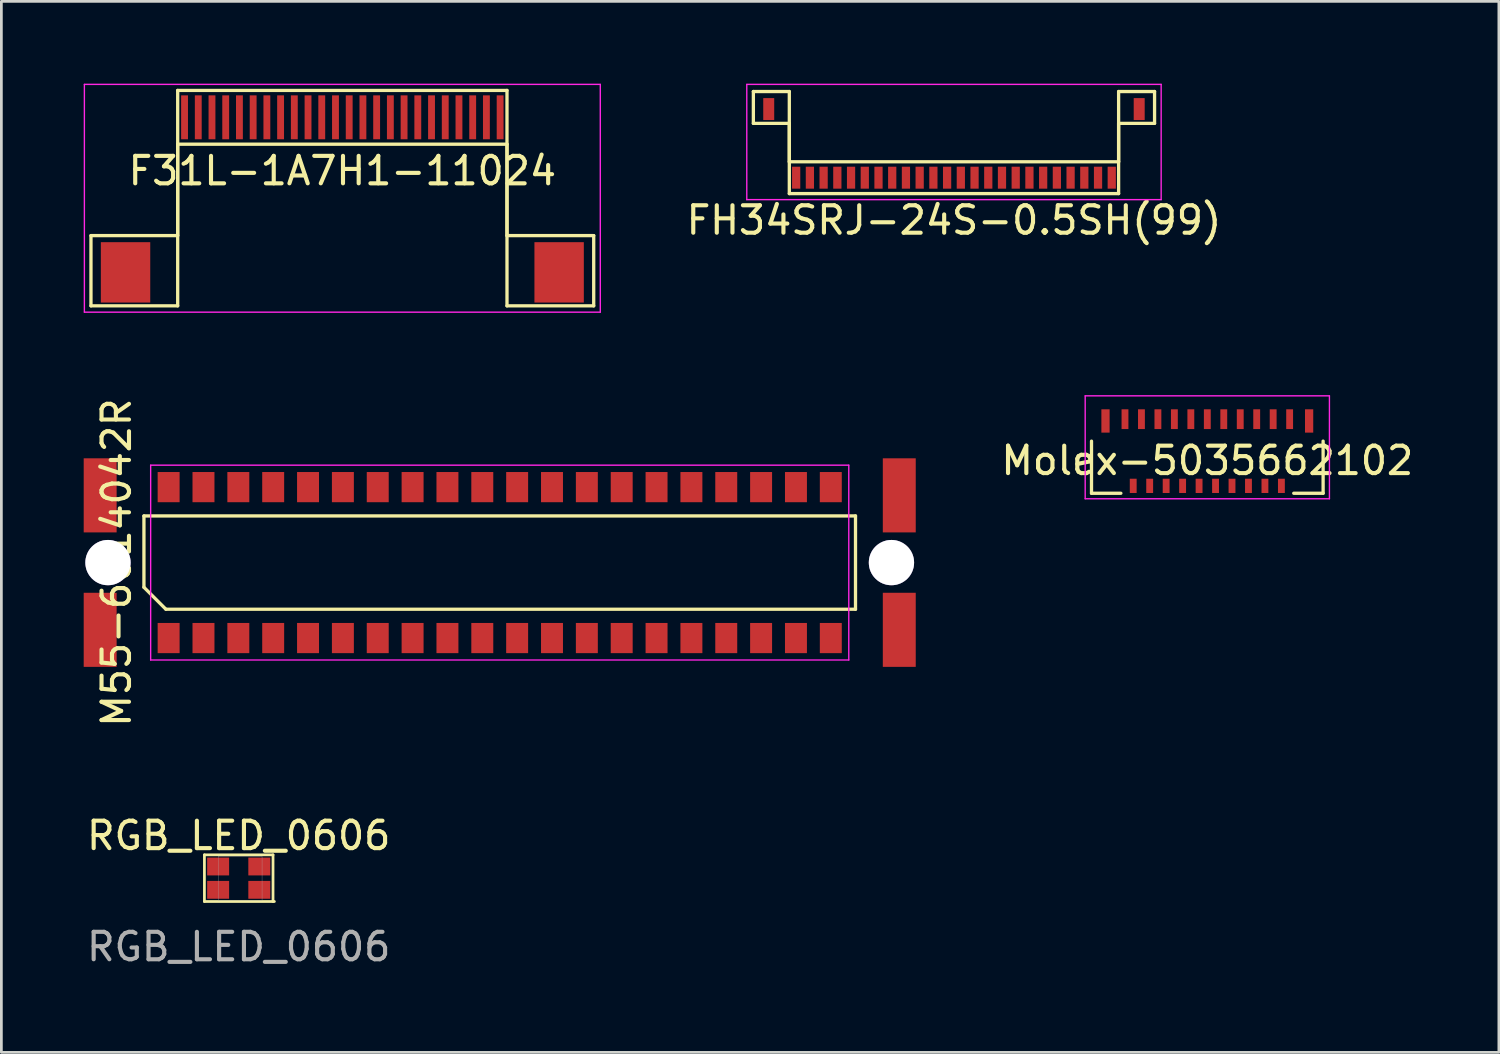
<source format=kicad_pcb>
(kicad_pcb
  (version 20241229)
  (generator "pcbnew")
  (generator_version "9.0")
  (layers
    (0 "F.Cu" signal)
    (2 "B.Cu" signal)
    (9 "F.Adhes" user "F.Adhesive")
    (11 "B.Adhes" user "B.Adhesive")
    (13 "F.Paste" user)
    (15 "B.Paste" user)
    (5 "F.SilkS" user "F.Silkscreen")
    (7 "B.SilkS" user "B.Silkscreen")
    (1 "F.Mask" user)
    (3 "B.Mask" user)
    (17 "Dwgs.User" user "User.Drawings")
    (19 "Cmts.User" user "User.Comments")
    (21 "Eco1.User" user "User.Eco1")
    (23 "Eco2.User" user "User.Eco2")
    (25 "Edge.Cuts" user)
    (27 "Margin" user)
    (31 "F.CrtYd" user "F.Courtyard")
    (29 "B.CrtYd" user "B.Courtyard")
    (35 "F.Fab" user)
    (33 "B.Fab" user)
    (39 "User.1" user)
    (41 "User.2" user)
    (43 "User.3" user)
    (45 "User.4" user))
  (footprint "FH34SRJ-24S-0.5SH(99)"
    (layer "F.Cu")
    (at 31.713 3.425)
    (property "Reference" "FH34SRJ-24S-0.5SH(99)" (at 0 1.55 0) (layer "F.SilkS") (effects (font (size 1 1) (thickness 0.15))))
    (attr smd)
    (fp_line (start -7.31 -3.14) (end -6 -3.14) (stroke (width 0.12) (type solid)) (layer "F.SilkS"))
    (fp_line (start -7.31 -1.98) (end -7.31 -3.14) (stroke (width 0.12) (type solid)) (layer "F.SilkS"))
    (fp_line (start -6 -3.14) (end -6 -0.58) (stroke (width 0.12) (type solid)) (layer "F.SilkS"))
    (fp_line (start -6 -1.98) (end -7.31 -1.98) (stroke (width 0.12) (type solid)) (layer "F.SilkS"))
    (fp_line (start -6 -0.58) (end 6 -0.58) (stroke (width 0.12) (type solid)) (layer "F.SilkS"))
    (fp_line (start -6 0.58) (end -6 -1.98) (stroke (width 0.12) (type solid)) (layer "F.SilkS"))
    (fp_line (start -6 0.58) (end 6 0.58) (stroke (width 0.12) (type solid)) (layer "F.SilkS"))
    (fp_line (start 6 -3.14) (end 6 -0.58) (stroke (width 0.12) (type solid)) (layer "F.SilkS"))
    (fp_line (start 6 -1.98) (end 7.31 -1.98) (stroke (width 0.12) (type solid)) (layer "F.SilkS"))
    (fp_line (start 6 0.58) (end 6 -1.98) (stroke (width 0.12) (type solid)) (layer "F.SilkS"))
    (fp_line (start 7.31 -3.14) (end 6 -3.14) (stroke (width 0.12) (type solid)) (layer "F.SilkS"))
    (fp_line (start 7.31 -1.98) (end 7.31 -3.14) (stroke (width 0.12) (type solid)) (layer "F.SilkS"))
    (fp_line (start -7.55 -3.4) (end -7.55 0.8) (stroke (width 0.05) (type solid)) (layer "F.CrtYd"))
    (fp_line (start -7.55 -3.4) (end 7.55 -3.4) (stroke (width 0.05) (type solid)) (layer "F.CrtYd"))
    (fp_line (start -7.55 0.8) (end 7.55 0.8) (stroke (width 0.05) (type solid)) (layer "F.CrtYd"))
    (fp_line (start 7.55 -3.4) (end 7.55 0.8) (stroke (width 0.05) (type solid)) (layer "F.CrtYd"))
    (pad "0" smd rect (at -6.75 -2.5) (size 0.4 0.8) (layers "F.Cu" "F.Mask" "F.Paste"))
    (pad "0" smd rect (at 6.75 -2.5) (size 0.4 0.8) (layers "F.Cu" "F.Mask" "F.Paste"))
    (pad "1" smd rect (at -5.75 0) (size 0.3 0.8) (layers "F.Cu" "F.Mask" "F.Paste"))
    (pad "2" smd rect (at -5.25 0) (size 0.3 0.8) (layers "F.Cu" "F.Mask" "F.Paste"))
    (pad "3" smd rect (at -4.75 0) (size 0.3 0.8) (layers "F.Cu" "F.Mask" "F.Paste"))
    (pad "4" smd rect (at -4.25 0) (size 0.3 0.8) (layers "F.Cu" "F.Mask" "F.Paste"))
    (pad "5" smd rect (at -3.75 0) (size 0.3 0.8) (layers "F.Cu" "F.Mask" "F.Paste"))
    (pad "6" smd rect (at -3.25 0) (size 0.3 0.8) (layers "F.Cu" "F.Mask" "F.Paste"))
    (pad "7" smd rect (at -2.75 0) (size 0.3 0.8) (layers "F.Cu" "F.Mask" "F.Paste"))
    (pad "8" smd rect (at -2.25 0) (size 0.3 0.8) (layers "F.Cu" "F.Mask" "F.Paste"))
    (pad "9" smd rect (at -1.75 0) (size 0.3 0.8) (layers "F.Cu" "F.Mask" "F.Paste"))
    (pad "10" smd rect (at -1.25 0) (size 0.3 0.8) (layers "F.Cu" "F.Mask" "F.Paste"))
    (pad "11" smd rect (at -0.75 0) (size 0.3 0.8) (layers "F.Cu" "F.Mask" "F.Paste"))
    (pad "12" smd rect (at -0.25 0) (size 0.3 0.8) (layers "F.Cu" "F.Mask" "F.Paste"))
    (pad "13" smd rect (at 0.25 0) (size 0.3 0.8) (layers "F.Cu" "F.Mask" "F.Paste"))
    (pad "14" smd rect (at 0.75 0) (size 0.3 0.8) (layers "F.Cu" "F.Mask" "F.Paste"))
    (pad "15" smd rect (at 1.25 0) (size 0.3 0.8) (layers "F.Cu" "F.Mask" "F.Paste"))
    (pad "16" smd rect (at 1.75 0) (size 0.3 0.8) (layers "F.Cu" "F.Mask" "F.Paste"))
    (pad "17" smd rect (at 2.25 0) (size 0.3 0.8) (layers "F.Cu" "F.Mask" "F.Paste"))
    (pad "18" smd rect (at 2.75 0) (size 0.3 0.8) (layers "F.Cu" "F.Mask" "F.Paste"))
    (pad "19" smd rect (at 3.25 0) (size 0.3 0.8) (layers "F.Cu" "F.Mask" "F.Paste"))
    (pad "20" smd rect (at 3.75 0) (size 0.3 0.8) (layers "F.Cu" "F.Mask" "F.Paste"))
    (pad "21" smd rect (at 4.25 0) (size 0.3 0.8) (layers "F.Cu" "F.Mask" "F.Paste"))
    (pad "22" smd rect (at 4.75 0) (size 0.3 0.8) (layers "F.Cu" "F.Mask" "F.Paste"))
    (pad "23" smd rect (at 5.25 0) (size 0.3 0.8) (layers "F.Cu" "F.Mask" "F.Paste"))
    (pad "24" smd rect (at 5.75 0) (size 0.3 0.8) (layers "F.Cu" "F.Mask" "F.Paste")))
  (footprint "M55-6014042R"
    (layer "F.Cu")
    (at 15.16 17.451)
    (property "Reference" "M55-6014042R" (at -13.965 0 90) (layer "F.SilkS") (effects (font (size 1 1) (thickness 0.15))))
    (attr smd)
    (fp_line (start -12.965 -1.7) (end 12.965 -1.7) (stroke (width 0.12) (type solid)) (layer "F.SilkS"))
    (fp_line (start -12.965 0.9) (end -12.965 -1.7) (stroke (width 0.12) (type solid)) (layer "F.SilkS"))
    (fp_line (start -12.165 1.7) (end -12.965 0.9) (stroke (width 0.12) (type solid)) (layer "F.SilkS"))
    (fp_line (start 12.965 -1.7) (end 12.965 1.7) (stroke (width 0.12) (type solid)) (layer "F.SilkS"))
    (fp_line (start 12.965 1.7) (end -12.165 1.7) (stroke (width 0.12) (type solid)) (layer "F.SilkS"))
    (fp_line (start -12.72 -3.55) (end 12.72 -3.55) (stroke (width 0.05) (type solid)) (layer "F.CrtYd"))
    (fp_line (start -12.72 3.55) (end -12.72 -3.55) (stroke (width 0.05) (type solid)) (layer "F.CrtYd"))
    (fp_line (start 12.72 -3.55) (end 12.72 3.55) (stroke (width 0.05) (type solid)) (layer "F.CrtYd"))
    (fp_line (start 12.72 3.55) (end -12.72 3.55) (stroke (width 0.05) (type solid)) (layer "F.CrtYd"))
    (pad "0" smd rect (at -14.56 -2.45) (size 1.2 2.7) (layers "F.Cu" "F.Mask" "F.Paste"))
    (pad "0" smd rect (at -14.56 2.45) (size 1.2 2.7) (layers "F.Cu" "F.Mask" "F.Paste"))
    (pad "0" thru_hole circle (at -14.275 0) (size 1.65 1.65) (drill 1.65) (layers "*.Cu" "*.Mask"))
    (pad "0" thru_hole circle (at 14.275 0) (size 1.65 1.65) (drill 1.65) (layers "*.Cu" "*.Mask"))
    (pad "0" smd rect (at 14.56 -2.45) (size 1.2 2.7) (layers "F.Cu" "F.Mask" "F.Paste"))
    (pad "0" smd rect (at 14.56 2.45) (size 1.2 2.7) (layers "F.Cu" "F.Mask" "F.Paste"))
    (pad "a1" smd rect (at -12.065 2.75) (size 0.8 1.1) (layers "F.Cu" "F.Mask" "F.Paste"))
    (pad "a2" smd rect (at -10.795 2.75) (size 0.8 1.1) (layers "F.Cu" "F.Mask" "F.Paste"))
    (pad "a3" smd rect (at -9.525 2.75) (size 0.8 1.1) (layers "F.Cu" "F.Mask" "F.Paste"))
    (pad "a4" smd rect (at -8.255 2.75) (size 0.8 1.1) (layers "F.Cu" "F.Mask" "F.Paste"))
    (pad "a5" smd rect (at -6.985 2.75) (size 0.8 1.1) (layers "F.Cu" "F.Mask" "F.Paste"))
    (pad "a6" smd rect (at -5.715 2.75) (size 0.8 1.1) (layers "F.Cu" "F.Mask" "F.Paste"))
    (pad "a7" smd rect (at -4.445 2.75) (size 0.8 1.1) (layers "F.Cu" "F.Mask" "F.Paste"))
    (pad "a8" smd rect (at -3.175 2.75) (size 0.8 1.1) (layers "F.Cu" "F.Mask" "F.Paste"))
    (pad "a9" smd rect (at -1.905 2.75) (size 0.8 1.1) (layers "F.Cu" "F.Mask" "F.Paste"))
    (pad "a10" smd rect (at -0.635 2.75) (size 0.8 1.1) (layers "F.Cu" "F.Mask" "F.Paste"))
    (pad "a11" smd rect (at 0.635 2.75) (size 0.8 1.1) (layers "F.Cu" "F.Mask" "F.Paste"))
    (pad "a12" smd rect (at 1.905 2.75) (size 0.8 1.1) (layers "F.Cu" "F.Mask" "F.Paste"))
    (pad "a13" smd rect (at 3.175 2.75) (size 0.8 1.1) (layers "F.Cu" "F.Mask" "F.Paste"))
    (pad "a14" smd rect (at 4.445 2.75) (size 0.8 1.1) (layers "F.Cu" "F.Mask" "F.Paste"))
    (pad "a15" smd rect (at 5.715 2.75) (size 0.8 1.1) (layers "F.Cu" "F.Mask" "F.Paste"))
    (pad "a16" smd rect (at 6.985 2.75) (size 0.8 1.1) (layers "F.Cu" "F.Mask" "F.Paste"))
    (pad "a17" smd rect (at 8.255 2.75) (size 0.8 1.1) (layers "F.Cu" "F.Mask" "F.Paste"))
    (pad "a18" smd rect (at 9.525 2.75) (size 0.8 1.1) (layers "F.Cu" "F.Mask" "F.Paste"))
    (pad "a19" smd rect (at 10.795 2.75) (size 0.8 1.1) (layers "F.Cu" "F.Mask" "F.Paste"))
    (pad "a20" smd rect (at 12.065 2.75) (size 0.8 1.1) (layers "F.Cu" "F.Mask" "F.Paste"))
    (pad "b1" smd rect (at -12.065 -2.75) (size 0.8 1.1) (layers "F.Cu" "F.Mask" "F.Paste"))
    (pad "b2" smd rect (at -10.795 -2.75) (size 0.8 1.1) (layers "F.Cu" "F.Mask" "F.Paste"))
    (pad "b3" smd rect (at -9.525 -2.75) (size 0.8 1.1) (layers "F.Cu" "F.Mask" "F.Paste"))
    (pad "b4" smd rect (at -8.255 -2.75) (size 0.8 1.1) (layers "F.Cu" "F.Mask" "F.Paste"))
    (pad "b5" smd rect (at -6.985 -2.75) (size 0.8 1.1) (layers "F.Cu" "F.Mask" "F.Paste"))
    (pad "b6" smd rect (at -5.715 -2.75) (size 0.8 1.1) (layers "F.Cu" "F.Mask" "F.Paste"))
    (pad "b7" smd rect (at -4.445 -2.75) (size 0.8 1.1) (layers "F.Cu" "F.Mask" "F.Paste"))
    (pad "b8" smd rect (at -3.175 -2.75) (size 0.8 1.1) (layers "F.Cu" "F.Mask" "F.Paste"))
    (pad "b9" smd rect (at -1.905 -2.75) (size 0.8 1.1) (layers "F.Cu" "F.Mask" "F.Paste"))
    (pad "b10" smd rect (at -0.635 -2.75) (size 0.8 1.1) (layers "F.Cu" "F.Mask" "F.Paste"))
    (pad "b11" smd rect (at 0.635 -2.75) (size 0.8 1.1) (layers "F.Cu" "F.Mask" "F.Paste"))
    (pad "b12" smd rect (at 1.905 -2.75) (size 0.8 1.1) (layers "F.Cu" "F.Mask" "F.Paste"))
    (pad "b13" smd rect (at 3.175 -2.75) (size 0.8 1.1) (layers "F.Cu" "F.Mask" "F.Paste"))
    (pad "b14" smd rect (at 4.445 -2.75) (size 0.8 1.1) (layers "F.Cu" "F.Mask" "F.Paste"))
    (pad "b15" smd rect (at 5.715 -2.75) (size 0.8 1.1) (layers "F.Cu" "F.Mask" "F.Paste"))
    (pad "b16" smd rect (at 6.985 -2.75) (size 0.8 1.1) (layers "F.Cu" "F.Mask" "F.Paste"))
    (pad "b17" smd rect (at 8.255 -2.75) (size 0.8 1.1) (layers "F.Cu" "F.Mask" "F.Paste"))
    (pad "b18" smd rect (at 9.525 -2.75) (size 0.8 1.1) (layers "F.Cu" "F.Mask" "F.Paste"))
    (pad "b19" smd rect (at 10.795 -2.75) (size 0.8 1.1) (layers "F.Cu" "F.Mask" "F.Paste"))
    (pad "b20" smd rect (at 12.065 -2.75) (size 0.8 1.1) (layers "F.Cu" "F.Mask" "F.Paste")))
  (footprint "RGB_LED_0606"
    (layer "F.Cu")
    (at 5.649 28.951)
    (property "Reference" "RGB_LED_0606" (at 0 -1.55 0) (unlocked yes) (layer "F.SilkS") (effects (font (size 1 1) (thickness 0.15))))
    (attr smd)
    (fp_line (start -1.25 -0.85) (end 1.25 -0.85) (stroke (width 0.1) (type solid)) (layer "F.SilkS"))
    (fp_line (start -1.25 0.85) (end -1.25 -0.85) (stroke (width 0.1) (type solid)) (layer "F.SilkS"))
    (fp_line (start 1.25 -0.85) (end 1.25 0.85) (stroke (width 0.1) (type solid)) (layer "F.SilkS"))
    (fp_line (start 1.3 0.85) (end -1.25 0.85) (stroke (width 0.1) (type solid)) (layer "F.SilkS"))
    (fp_line (start -0.75 -0.8) (end -0.75 0.8) (stroke (width 0.01) (type solid)) (layer "F.Fab"))
    (fp_line (start -0.75 -0.8) (end 0.85 -0.8) (stroke (width 0.01) (type solid)) (layer "F.Fab"))
    (fp_line (start 0.85 -0.8) (end 0.85 0.8) (stroke (width 0.01) (type solid)) (layer "F.Fab"))
    (fp_line (start 0.85 0.8) (end -0.75 0.8) (stroke (width 0.01) (type solid)) (layer "F.Fab"))
    (fp_text user "${REFERENCE}" (at 0 2.5 0) (unlocked yes) (layer "F.Fab") (effects (font (size 1 1) (thickness 0.15))))
    (pad "1" smd rect (at -0.75 -0.425) (size 0.8 0.65) (layers "F.Cu" "F.Mask" "F.Paste"))
    (pad "2" smd rect (at 0.75 -0.425) (size 0.8 0.65) (layers "F.Cu" "F.Mask" "F.Paste"))
    (pad "3" smd rect (at -0.75 0.425) (size 0.8 0.65) (layers "F.Cu" "F.Mask" "F.Paste"))
    (pad "4" smd rect (at 0.75 0.425) (size 0.8 0.65) (layers "F.Cu" "F.Mask" "F.Paste")))
  (footprint "Molex-5035662102"
    (layer "F.Cu")
    (at 40.945 12.225)
    (property "Reference" "Molex-5035662102" (at 0 1.51 0) (layer "F.SilkS") (effects (font (size 1 1) (thickness 0.15))))
    (attr smd)
    (fp_line (start -4.22 2.7) (end -4.22 0.8) (stroke (width 0.12) (type solid)) (layer "F.SilkS"))
    (fp_line (start -3.15 2.7) (end -4.22 2.7) (stroke (width 0.12) (type solid)) (layer "F.SilkS"))
    (fp_line (start 3.15 2.7) (end 4.22 2.7) (stroke (width 0.12) (type solid)) (layer "F.SilkS"))
    (fp_line (start 4.22 2.7) (end 4.22 0.8) (stroke (width 0.12) (type solid)) (layer "F.SilkS"))
    (fp_line (start -4.45 -0.85) (end -4.45 2.9) (stroke (width 0.05) (type solid)) (layer "F.CrtYd"))
    (fp_line (start -4.45 -0.85) (end 4.45 -0.85) (stroke (width 0.05) (type solid)) (layer "F.CrtYd"))
    (fp_line (start -4.45 2.9) (end 4.45 2.9) (stroke (width 0.05) (type solid)) (layer "F.CrtYd"))
    (fp_line (start 4.45 -0.85) (end 4.45 2.9) (stroke (width 0.05) (type solid)) (layer "F.CrtYd"))
    (pad "0" smd rect (at -3.71 0.065) (size 0.3 0.85) (layers "F.Cu" "F.Mask" "F.Paste"))
    (pad "0" smd rect (at 3.71 0.065) (size 0.3 0.85) (layers "F.Cu" "F.Mask" "F.Paste"))
    (pad "1" smd rect (at -3 0) (size 0.25 0.72) (layers "F.Cu" "F.Mask" "F.Paste"))
    (pad "2" smd rect (at -2.7 2.43) (size 0.25 0.52) (layers "F.Cu" "F.Mask" "F.Paste"))
    (pad "3" smd rect (at -2.4 0) (size 0.25 0.72) (layers "F.Cu" "F.Mask" "F.Paste"))
    (pad "4" smd rect (at -2.1 2.43) (size 0.25 0.52) (layers "F.Cu" "F.Mask" "F.Paste"))
    (pad "5" smd rect (at -1.8 0) (size 0.25 0.72) (layers "F.Cu" "F.Mask" "F.Paste"))
    (pad "6" smd rect (at -1.5 2.43) (size 0.25 0.52) (layers "F.Cu" "F.Mask" "F.Paste"))
    (pad "7" smd rect (at -1.2 0) (size 0.25 0.72) (layers "F.Cu" "F.Mask" "F.Paste"))
    (pad "8" smd rect (at -0.9 2.43) (size 0.25 0.52) (layers "F.Cu" "F.Mask" "F.Paste"))
    (pad "9" smd rect (at -0.6 0) (size 0.25 0.72) (layers "F.Cu" "F.Mask" "F.Paste"))
    (pad "10" smd rect (at -0.3 2.43) (size 0.25 0.52) (layers "F.Cu" "F.Mask" "F.Paste"))
    (pad "11" smd rect (at 0 0) (size 0.25 0.72) (layers "F.Cu" "F.Mask" "F.Paste"))
    (pad "12" smd rect (at 0.3 2.43) (size 0.25 0.52) (layers "F.Cu" "F.Mask" "F.Paste"))
    (pad "13" smd rect (at 0.6 0) (size 0.25 0.72) (layers "F.Cu" "F.Mask" "F.Paste"))
    (pad "14" smd rect (at 0.9 2.43) (size 0.25 0.52) (layers "F.Cu" "F.Mask" "F.Paste"))
    (pad "15" smd rect (at 1.2 0) (size 0.25 0.72) (layers "F.Cu" "F.Mask" "F.Paste"))
    (pad "16" smd rect (at 1.5 2.43) (size 0.25 0.52) (layers "F.Cu" "F.Mask" "F.Paste"))
    (pad "17" smd rect (at 1.8 0) (size 0.25 0.72) (layers "F.Cu" "F.Mask" "F.Paste"))
    (pad "18" smd rect (at 2.1 2.43) (size 0.25 0.52) (layers "F.Cu" "F.Mask" "F.Paste"))
    (pad "19" smd rect (at 2.4 0) (size 0.25 0.72) (layers "F.Cu" "F.Mask" "F.Paste"))
    (pad "20" smd rect (at 2.7 2.43) (size 0.25 0.52) (layers "F.Cu" "F.Mask" "F.Paste"))
    (pad "21" smd rect (at 3 0) (size 0.25 0.72) (layers "F.Cu" "F.Mask" "F.Paste")))
  (footprint "F31L-1A7H1-11024"
    (layer "F.Cu")
    (at 9.425 1.225)
    (property "Reference" "F31L-1A7H1-11024" (at 0 1.95 0) (layer "F.SilkS") (effects (font (size 1 1) (thickness 0.15))))
    (attr smd)
    (fp_line (start -9.16 4.31) (end -6 4.31) (stroke (width 0.12) (type solid)) (layer "F.SilkS"))
    (fp_line (start -9.16 6.87) (end -9.16 4.31) (stroke (width 0.12) (type solid)) (layer "F.SilkS"))
    (fp_line (start -6 -0.98) (end 6 -0.98) (stroke (width 0.12) (type solid)) (layer "F.SilkS"))
    (fp_line (start -6 0.98) (end -6 6.87) (stroke (width 0.12) (type solid)) (layer "F.SilkS"))
    (fp_line (start -6 0.98) (end 6 0.98) (stroke (width 0.12) (type solid)) (layer "F.SilkS"))
    (fp_line (start -6 4.31) (end -6 -0.98) (stroke (width 0.12) (type solid)) (layer "F.SilkS"))
    (fp_line (start -6 6.87) (end -9.16 6.87) (stroke (width 0.12) (type solid)) (layer "F.SilkS"))
    (fp_line (start 6 0.98) (end 6 6.87) (stroke (width 0.12) (type solid)) (layer "F.SilkS"))
    (fp_line (start 6 4.31) (end 6 -0.98) (stroke (width 0.12) (type solid)) (layer "F.SilkS"))
    (fp_line (start 6 6.87) (end 9.16 6.87) (stroke (width 0.12) (type solid)) (layer "F.SilkS"))
    (fp_line (start 9.16 4.31) (end 6 4.31) (stroke (width 0.12) (type solid)) (layer "F.SilkS"))
    (fp_line (start 9.16 6.87) (end 9.16 4.31) (stroke (width 0.12) (type solid)) (layer "F.SilkS"))
    (fp_line (start -9.4 -1.2) (end -9.4 7.1) (stroke (width 0.05) (type solid)) (layer "F.CrtYd"))
    (fp_line (start -9.4 -1.2) (end 9.4 -1.2) (stroke (width 0.05) (type solid)) (layer "F.CrtYd"))
    (fp_line (start -9.4 7.1) (end 9.4 7.1) (stroke (width 0.05) (type solid)) (layer "F.CrtYd"))
    (fp_line (start 9.4 -1.2) (end 9.4 7.1) (stroke (width 0.05) (type solid)) (layer "F.CrtYd"))
    (pad "0" smd rect (at -7.9 5.65) (size 1.8 2.2) (layers "F.Cu" "F.Mask" "F.Paste"))
    (pad "0" smd rect (at 7.9 5.65) (size 1.8 2.2) (layers "F.Cu" "F.Mask" "F.Paste"))
    (pad "1" smd rect (at -5.75 0) (size 0.25 1.6) (layers "F.Cu" "F.Mask" "F.Paste"))
    (pad "2" smd rect (at -5.25 0) (size 0.25 1.6) (layers "F.Cu" "F.Mask" "F.Paste"))
    (pad "3" smd rect (at -4.75 0) (size 0.25 1.6) (layers "F.Cu" "F.Mask" "F.Paste"))
    (pad "4" smd rect (at -4.25 0) (size 0.25 1.6) (layers "F.Cu" "F.Mask" "F.Paste"))
    (pad "5" smd rect (at -3.75 0) (size 0.25 1.6) (layers "F.Cu" "F.Mask" "F.Paste"))
    (pad "6" smd rect (at -3.25 0) (size 0.25 1.6) (layers "F.Cu" "F.Mask" "F.Paste"))
    (pad "7" smd rect (at -2.75 0) (size 0.25 1.6) (layers "F.Cu" "F.Mask" "F.Paste"))
    (pad "8" smd rect (at -2.25 0) (size 0.25 1.6) (layers "F.Cu" "F.Mask" "F.Paste"))
    (pad "9" smd rect (at -1.75 0) (size 0.25 1.6) (layers "F.Cu" "F.Mask" "F.Paste"))
    (pad "10" smd rect (at -1.25 0) (size 0.25 1.6) (layers "F.Cu" "F.Mask" "F.Paste"))
    (pad "11" smd rect (at -0.75 0) (size 0.25 1.6) (layers "F.Cu" "F.Mask" "F.Paste"))
    (pad "12" smd rect (at -0.25 0) (size 0.25 1.6) (layers "F.Cu" "F.Mask" "F.Paste"))
    (pad "13" smd rect (at 0.25 0) (size 0.25 1.6) (layers "F.Cu" "F.Mask" "F.Paste"))
    (pad "14" smd rect (at 0.75 0) (size 0.25 1.6) (layers "F.Cu" "F.Mask" "F.Paste"))
    (pad "15" smd rect (at 1.25 0) (size 0.25 1.6) (layers "F.Cu" "F.Mask" "F.Paste"))
    (pad "16" smd rect (at 1.75 0) (size 0.25 1.6) (layers "F.Cu" "F.Mask" "F.Paste"))
    (pad "17" smd rect (at 2.25 0) (size 0.25 1.6) (layers "F.Cu" "F.Mask" "F.Paste"))
    (pad "18" smd rect (at 2.75 0) (size 0.25 1.6) (layers "F.Cu" "F.Mask" "F.Paste"))
    (pad "19" smd rect (at 3.25 0) (size 0.25 1.6) (layers "F.Cu" "F.Mask" "F.Paste"))
    (pad "20" smd rect (at 3.75 0) (size 0.25 1.6) (layers "F.Cu" "F.Mask" "F.Paste"))
    (pad "21" smd rect (at 4.25 0) (size 0.25 1.6) (layers "F.Cu" "F.Mask" "F.Paste"))
    (pad "22" smd rect (at 4.75 0) (size 0.25 1.6) (layers "F.Cu" "F.Mask" "F.Paste"))
    (pad "23" smd rect (at 5.25 0) (size 0.25 1.6) (layers "F.Cu" "F.Mask" "F.Paste"))
    (pad "24" smd rect (at 5.75 0) (size 0.25 1.6) (layers "F.Cu" "F.Mask" "F.Paste")))
  (gr_rect
    (start -3 -3)
    (end 51.57 35.299)
    (stroke (width 0.1) (type default))
    (fill no)
    (layer "Edge.Cuts")))
</source>
